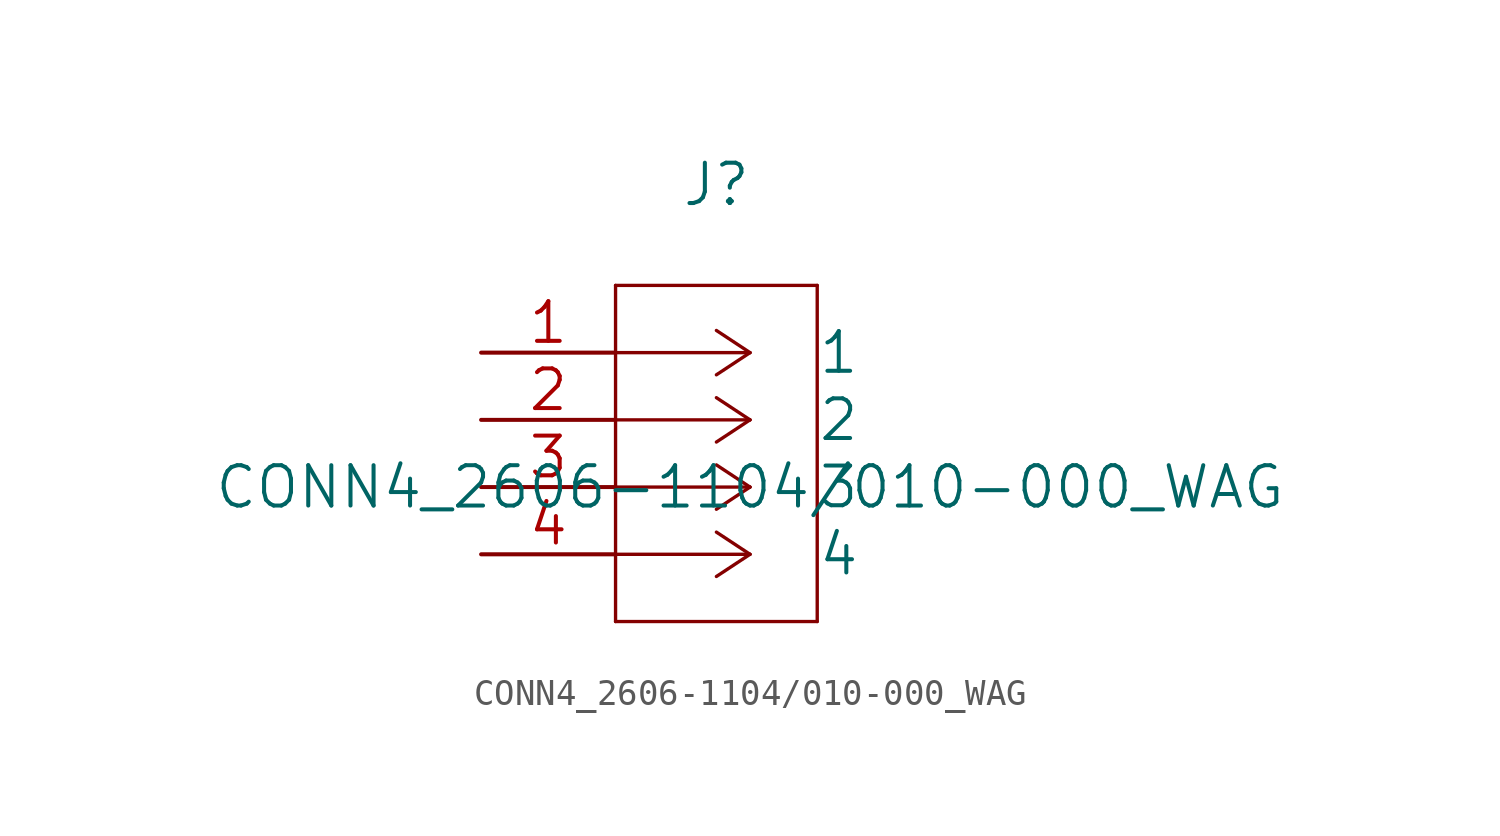
<source format=kicad_sym>
(kicad_symbol_lib
  (version 20231120)
  (generator "kicad_symbol_editor")
  (generator_version "8.0")
  (symbol "CONN4_2606-1104/010-000_WAG"
    (pin_names
      (offset 7.62))
    (property "Reference" "J"
      (at 8.89 6.35 0)
      (effects (font (size 1.524 1.524))))
    (property "Value" "CONN4_2606-1104/010-000_WAG"
      (at 10.16 -5.08 0)
      (effects (font (size 1.524 1.524))))
    (property "Datasheet" ""
      (at 0 0 0)
      (effects (font (size 1.524 1.524))))
    (symbol "CONN4_2606-1104/010-000_WAG_1_1"
      (polyline (pts (xy 5.08 -10.16) (xy 12.7 -10.16)) (stroke (width 0.127) (type solid)) (fill (type none)))
      (polyline (pts (xy 5.08 2.54) (xy 5.08 -10.16)) (stroke (width 0.127) (type solid)) (fill (type none)))
      (polyline (pts (xy 10.16 -7.62) (xy 5.08 -7.62)) (stroke (width 0.127) (type solid)) (fill (type none)))
      (polyline (pts (xy 10.16 -7.62) (xy 8.89 -8.458)) (stroke (width 0.127) (type solid)) (fill (type none)))
      (polyline (pts (xy 10.16 -7.62) (xy 8.89 -6.782)) (stroke (width 0.127) (type solid)) (fill (type none)))
      (polyline (pts (xy 10.16 -5.08) (xy 5.08 -5.08)) (stroke (width 0.127) (type solid)) (fill (type none)))
      (polyline (pts (xy 10.16 -5.08) (xy 8.89 -5.918)) (stroke (width 0.127) (type solid)) (fill (type none)))
      (polyline (pts (xy 10.16 -5.08) (xy 8.89 -4.242)) (stroke (width 0.127) (type solid)) (fill (type none)))
      (polyline (pts (xy 10.16 -2.54) (xy 5.08 -2.54)) (stroke (width 0.127) (type solid)) (fill (type none)))
      (polyline (pts (xy 10.16 -2.54) (xy 8.89 -3.378)) (stroke (width 0.127) (type solid)) (fill (type none)))
      (polyline (pts (xy 10.16 -2.54) (xy 8.89 -1.702)) (stroke (width 0.127) (type solid)) (fill (type none)))
      (polyline (pts (xy 10.16 0) (xy 5.08 0)) (stroke (width 0.127) (type solid)) (fill (type none)))
      (polyline (pts (xy 10.16 0) (xy 8.89 -0.838)) (stroke (width 0.127) (type solid)) (fill (type none)))
      (polyline (pts (xy 10.16 0) (xy 8.89 0.838)) (stroke (width 0.127) (type solid)) (fill (type none)))
      (polyline (pts (xy 12.7 -10.16) (xy 12.7 2.54)) (stroke (width 0.127) (type solid)) (fill (type none)))
      (polyline (pts (xy 12.7 2.54) (xy 5.08 2.54)) (stroke (width 0.127) (type solid)) (fill (type none)))
      (pin unspecified line (at 0 0 0) (length 5.08) (name "1" (effects (font (size 1.499 1.499)))) (number "1" (effects (font (size 1.499 1.499)))))
      (pin unspecified line (at 0 -2.54 0) (length 5.08) (name "2" (effects (font (size 1.499 1.499)))) (number "2" (effects (font (size 1.499 1.499)))))
      (pin unspecified line (at 0 -5.08 0) (length 5.08) (name "3" (effects (font (size 1.499 1.499)))) (number "3" (effects (font (size 1.499 1.499)))))
      (pin unspecified line (at 0 -7.62 0) (length 5.08) (name "4" (effects (font (size 1.499 1.499)))) (number "4" (effects (font (size 1.499 1.499))))))))
</source>
